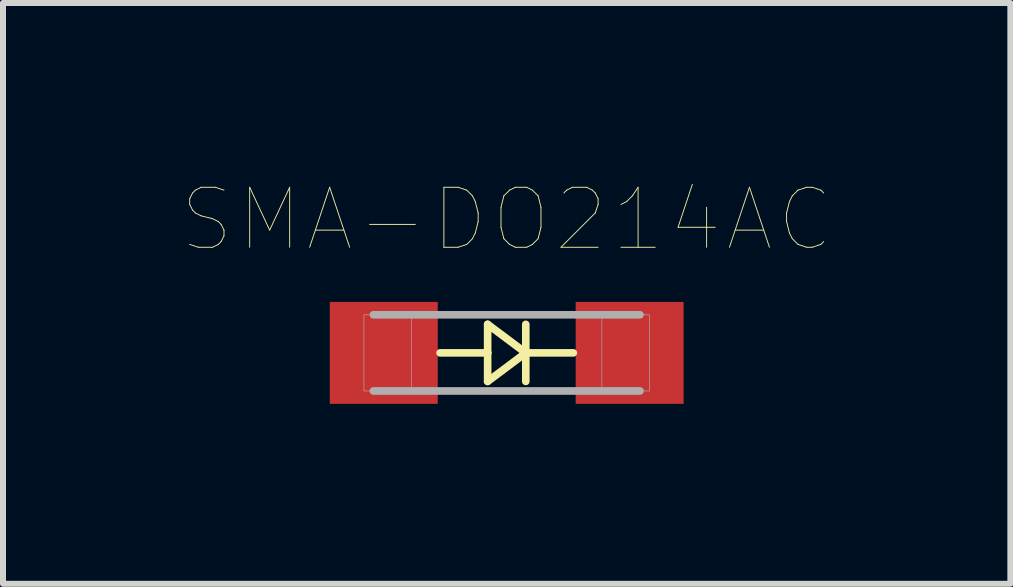
<source format=kicad_pcb>
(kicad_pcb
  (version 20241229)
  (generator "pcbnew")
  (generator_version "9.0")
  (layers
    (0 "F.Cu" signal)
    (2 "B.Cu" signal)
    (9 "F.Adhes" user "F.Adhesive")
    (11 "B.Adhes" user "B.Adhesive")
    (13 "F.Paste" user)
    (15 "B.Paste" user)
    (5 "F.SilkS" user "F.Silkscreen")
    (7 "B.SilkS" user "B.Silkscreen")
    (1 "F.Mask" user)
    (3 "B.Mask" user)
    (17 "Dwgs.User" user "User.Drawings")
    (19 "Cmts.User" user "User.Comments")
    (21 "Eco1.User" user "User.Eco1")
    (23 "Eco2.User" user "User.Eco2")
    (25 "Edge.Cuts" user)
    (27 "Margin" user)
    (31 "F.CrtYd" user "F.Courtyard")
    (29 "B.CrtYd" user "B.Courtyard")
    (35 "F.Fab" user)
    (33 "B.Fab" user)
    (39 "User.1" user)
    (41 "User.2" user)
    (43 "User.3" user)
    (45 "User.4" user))
  (footprint "SMA-DO214AC"
    (layer "F.Cu")
    (at 5.399 2.834)
    (property "Reference" "SMA-DO214AC" (at 0 -2.223 0) (layer "F.SilkS") (effects (font (size 1 1) (thickness 0.015))))
    (attr through_hole)
    (fp_line (start -0.318 -0.476) (end -0.318 0) (stroke (width 0.127) (type solid)) (layer "F.SilkS"))
    (fp_line (start -0.318 0) (end -1.111 0) (stroke (width 0.127) (type solid)) (layer "F.SilkS"))
    (fp_line (start -0.318 0) (end -0.318 0.476) (stroke (width 0.127) (type solid)) (layer "F.SilkS"))
    (fp_line (start -0.318 0.476) (end 0.318 0) (stroke (width 0.127) (type solid)) (layer "F.SilkS"))
    (fp_line (start 0.318 0) (end -0.318 -0.476) (stroke (width 0.127) (type solid)) (layer "F.SilkS"))
    (fp_line (start 0.318 0) (end 0.318 -0.476) (stroke (width 0.127) (type solid)) (layer "F.SilkS"))
    (fp_line (start 0.318 0) (end 0.318 0.476) (stroke (width 0.127) (type solid)) (layer "F.SilkS"))
    (fp_line (start 0.318 0) (end 1.111 0) (stroke (width 0.127) (type solid)) (layer "F.SilkS"))
    (fp_line (start -2.223 -0.635) (end 2.223 -0.635) (stroke (width 0.127) (type solid)) (layer "F.Fab"))
    (fp_line (start -2.223 0.635) (end 2.223 0.635) (stroke (width 0.127) (type solid)) (layer "F.Fab"))
    (fp_poly (pts (xy -2.381 -0.635) (xy -1.587 -0.635) (xy -1.587 0.635) (xy -2.381 0.635)) (stroke (width 0.01) (type solid)) (fill no) (layer "F.Fab"))
    (fp_poly (pts (xy 1.587 -0.635) (xy 2.381 -0.635) (xy 2.381 0.635) (xy 1.587 0.635)) (stroke (width 0.01) (type solid)) (fill no) (layer "F.Fab"))
    (pad "A" smd rect (at -2.05 0) (size 1.8 1.7) (layers "F.Cu" "F.Mask" "F.Paste"))
    (pad "K" smd rect (at 2.05 0) (size 1.8 1.7) (layers "F.Cu" "F.Mask" "F.Paste")))
  (gr_rect
    (start -3 -3)
    (end 13.797 6.684)
    (stroke (width 0.1) (type default))
    (fill no)
    (layer "Edge.Cuts")))
</source>
